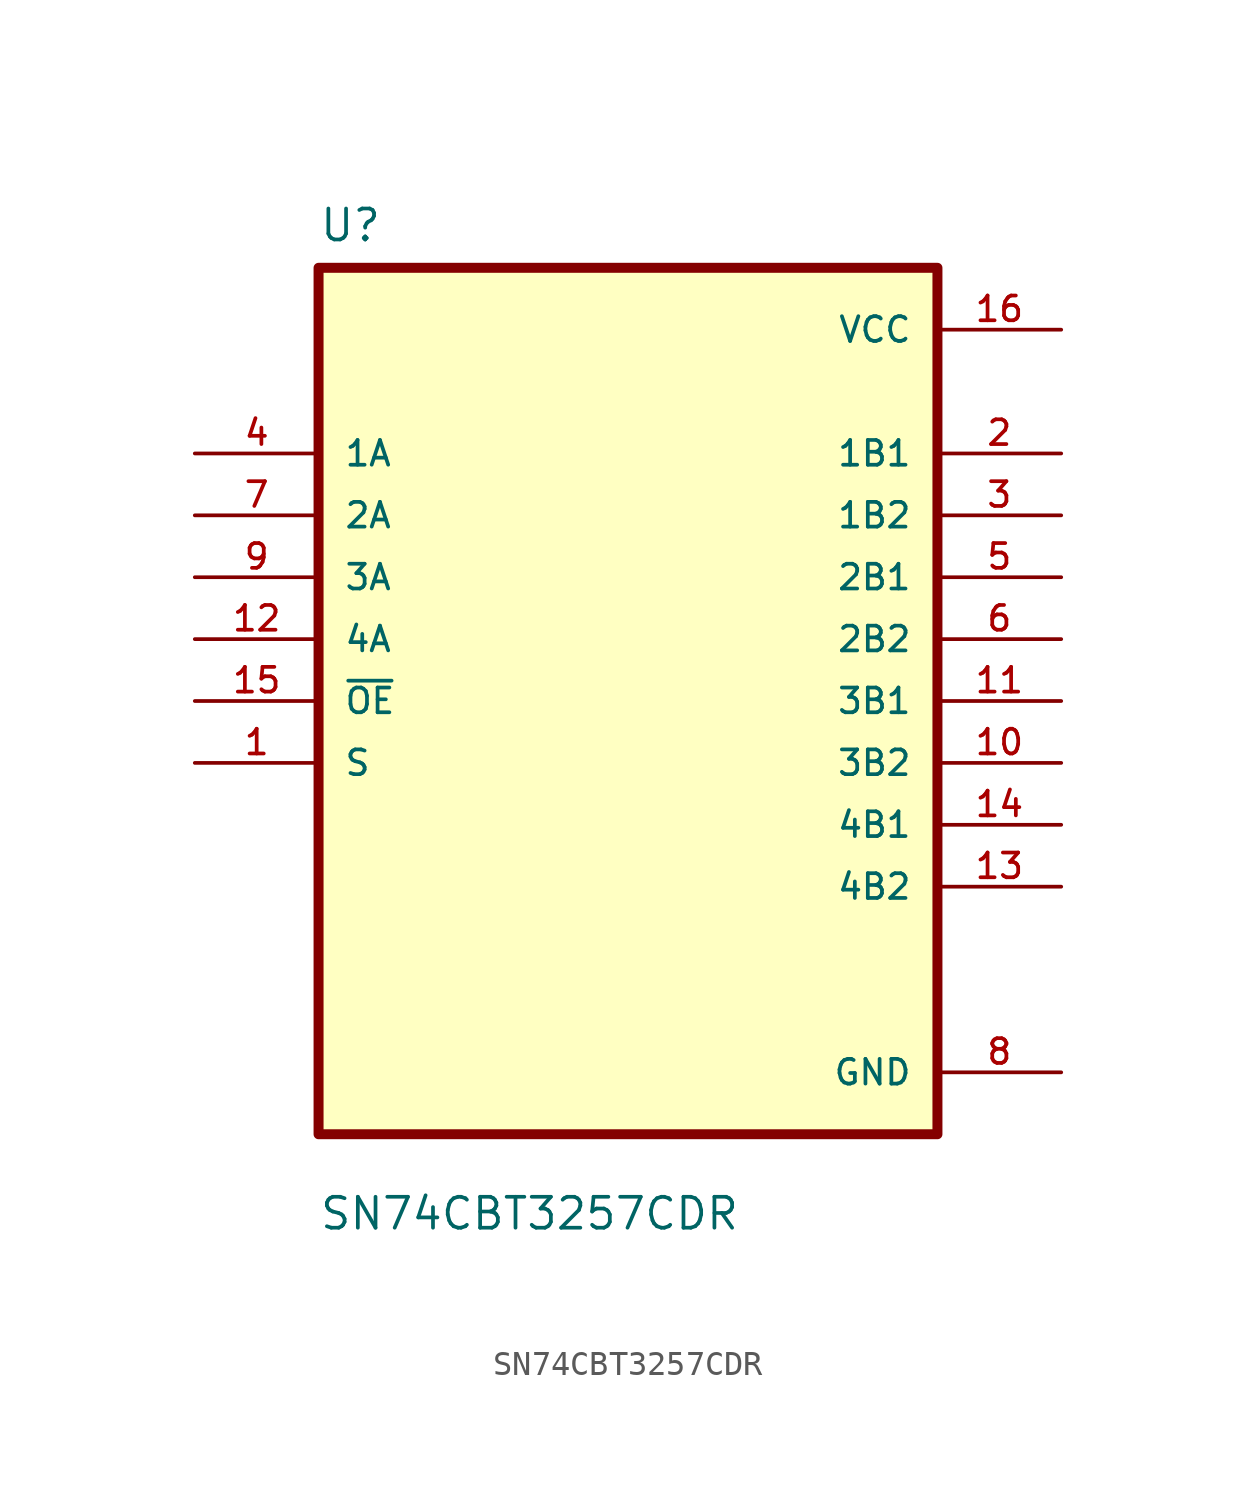
<source format=kicad_sym>
(kicad_symbol_lib
  (version 20211014)
  (generator kicad_symbol_editor)
  (symbol "SN74CBT3257CDR"
    (pin_names
      (offset 1.016))
    (property "Reference" "U"
      (at -12.7 18.78 0.0)
      (effects (font (size 1.27 1.27)) (justify bottom left)))
    (property "Value" "SN74CBT3257CDR"
      (at -12.7 -21.78 0.0)
      (effects (font (size 1.27 1.27)) (justify bottom left)))
    (symbol "SN74CBT3257CDR_0_0"
      (rectangle (start -12.7 -17.78) (end 12.7 17.78) (stroke (width 0.41)) (fill (type background)))
      (pin input line (at -17.78 10.16 0) (length 5.08) (name "1A" (effects (font (size 1.016 1.016)))) (number "4" (effects (font (size 1.016 1.016)))))
      (pin input line (at -17.78 7.62 0) (length 5.08) (name "2A" (effects (font (size 1.016 1.016)))) (number "7" (effects (font (size 1.016 1.016)))))
      (pin input line (at -17.78 5.08 0) (length 5.08) (name "3A" (effects (font (size 1.016 1.016)))) (number "9" (effects (font (size 1.016 1.016)))))
      (pin input line (at -17.78 2.54 0) (length 5.08) (name "4A" (effects (font (size 1.016 1.016)))) (number "12" (effects (font (size 1.016 1.016)))))
      (pin input line (at -17.78 0.0 0) (length 5.08) (name "~{OE}" (effects (font (size 1.016 1.016)))) (number "15" (effects (font (size 1.016 1.016)))))
      (pin input line (at -17.78 -2.54 0) (length 5.08) (name "S" (effects (font (size 1.016 1.016)))) (number "1" (effects (font (size 1.016 1.016)))))
      (pin power_in line (at 17.78 15.24 180.0) (length 5.08) (name "VCC" (effects (font (size 1.016 1.016)))) (number "16" (effects (font (size 1.016 1.016)))))
      (pin output line (at 17.78 10.16 180.0) (length 5.08) (name "1B1" (effects (font (size 1.016 1.016)))) (number "2" (effects (font (size 1.016 1.016)))))
      (pin output line (at 17.78 7.62 180.0) (length 5.08) (name "1B2" (effects (font (size 1.016 1.016)))) (number "3" (effects (font (size 1.016 1.016)))))
      (pin output line (at 17.78 5.08 180.0) (length 5.08) (name "2B1" (effects (font (size 1.016 1.016)))) (number "5" (effects (font (size 1.016 1.016)))))
      (pin output line (at 17.78 2.54 180.0) (length 5.08) (name "2B2" (effects (font (size 1.016 1.016)))) (number "6" (effects (font (size 1.016 1.016)))))
      (pin output line (at 17.78 1.77636e-15 180.0) (length 5.08) (name "3B1" (effects (font (size 1.016 1.016)))) (number "11" (effects (font (size 1.016 1.016)))))
      (pin output line (at 17.78 -2.54 180.0) (length 5.08) (name "3B2" (effects (font (size 1.016 1.016)))) (number "10" (effects (font (size 1.016 1.016)))))
      (pin output line (at 17.78 -5.08 180.0) (length 5.08) (name "4B1" (effects (font (size 1.016 1.016)))) (number "14" (effects (font (size 1.016 1.016)))))
      (pin output line (at 17.78 -7.62 180.0) (length 5.08) (name "4B2" (effects (font (size 1.016 1.016)))) (number "13" (effects (font (size 1.016 1.016)))))
      (pin power_in line (at 17.78 -15.24 180.0) (length 5.08) (name "GND" (effects (font (size 1.016 1.016)))) (number "8" (effects (font (size 1.016 1.016))))))))
</source>
